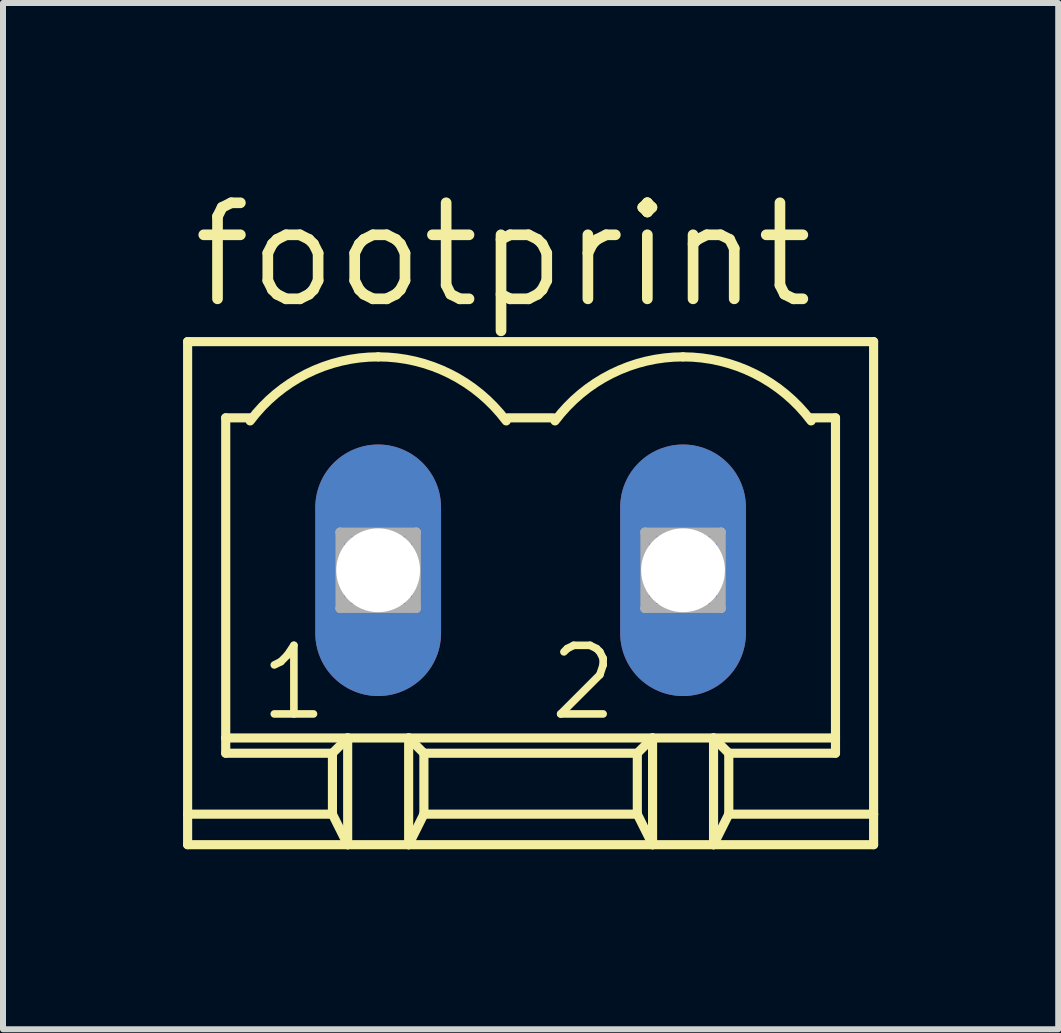
<source format=kicad_pcb>
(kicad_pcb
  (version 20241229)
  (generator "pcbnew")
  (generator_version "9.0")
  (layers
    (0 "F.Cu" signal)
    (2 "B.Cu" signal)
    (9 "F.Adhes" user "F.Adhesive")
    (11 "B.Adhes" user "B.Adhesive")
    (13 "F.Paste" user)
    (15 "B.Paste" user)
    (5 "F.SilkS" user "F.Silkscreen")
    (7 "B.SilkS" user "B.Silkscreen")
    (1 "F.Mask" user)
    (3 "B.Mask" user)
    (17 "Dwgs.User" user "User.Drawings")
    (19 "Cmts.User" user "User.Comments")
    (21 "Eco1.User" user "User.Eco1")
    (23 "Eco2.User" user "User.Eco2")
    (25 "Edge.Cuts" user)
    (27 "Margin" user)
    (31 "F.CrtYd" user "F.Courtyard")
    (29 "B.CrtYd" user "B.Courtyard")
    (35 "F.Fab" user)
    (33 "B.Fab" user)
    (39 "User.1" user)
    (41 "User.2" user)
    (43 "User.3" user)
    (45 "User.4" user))
  (footprint "footprint"
    (layer "F.Cu")
    (at 5.791 6.452)
    (property "Reference" "footprint" (at -5.715 -4.318 0) (layer "F.SilkS") (effects (font (size 1.6 1.6) (thickness 0.178)) (justify left bottom)))
    (fp_line (start -5.715 -3.81) (end -5.715 4.064) (stroke (width 0.152) (type solid)) (layer "F.SilkS"))
    (fp_line (start -5.715 4.064) (end -5.715 4.572) (stroke (width 0.152) (type solid)) (layer "F.SilkS"))
    (fp_line (start -5.08 2.794) (end -5.08 -2.54) (stroke (width 0.152) (type solid)) (layer "F.SilkS"))
    (fp_line (start -5.08 3.048) (end -5.08 2.794) (stroke (width 0.152) (type solid)) (layer "F.SilkS"))
    (fp_line (start -4.648 -2.54) (end -5.08 -2.54) (stroke (width 0.152) (type solid)) (layer "F.SilkS"))
    (fp_line (start -3.302 3.048) (end -5.08 3.048) (stroke (width 0.152) (type solid)) (layer "F.SilkS"))
    (fp_line (start -3.302 3.048) (end -3.048 2.794) (stroke (width 0.152) (type solid)) (layer "F.SilkS"))
    (fp_line (start -3.302 4.064) (end -5.715 4.064) (stroke (width 0.152) (type solid)) (layer "F.SilkS"))
    (fp_line (start -3.302 4.064) (end -3.302 3.048) (stroke (width 0.152) (type solid)) (layer "F.SilkS"))
    (fp_line (start -3.048 2.794) (end -5.08 2.794) (stroke (width 0.152) (type solid)) (layer "F.SilkS"))
    (fp_line (start -3.048 2.794) (end -3.048 4.572) (stroke (width 0.152) (type solid)) (layer "F.SilkS"))
    (fp_line (start -3.048 4.572) (end -5.715 4.572) (stroke (width 0.152) (type solid)) (layer "F.SilkS"))
    (fp_line (start -3.048 4.572) (end -3.302 4.064) (stroke (width 0.152) (type solid)) (layer "F.SilkS"))
    (fp_line (start -2.032 2.794) (end -3.048 2.794) (stroke (width 0.152) (type solid)) (layer "F.SilkS"))
    (fp_line (start -2.032 2.794) (end -2.032 4.572) (stroke (width 0.152) (type solid)) (layer "F.SilkS"))
    (fp_line (start -2.032 4.572) (end -3.048 4.572) (stroke (width 0.152) (type solid)) (layer "F.SilkS"))
    (fp_line (start -1.778 3.048) (end -2.032 2.794) (stroke (width 0.152) (type solid)) (layer "F.SilkS"))
    (fp_line (start -1.778 3.048) (end 1.778 3.048) (stroke (width 0.152) (type solid)) (layer "F.SilkS"))
    (fp_line (start -1.778 4.064) (end -2.032 4.572) (stroke (width 0.152) (type solid)) (layer "F.SilkS"))
    (fp_line (start -1.778 4.064) (end -1.778 3.048) (stroke (width 0.152) (type solid)) (layer "F.SilkS"))
    (fp_line (start 0.381 -2.54) (end -0.381 -2.54) (stroke (width 0.152) (type solid)) (layer "F.SilkS"))
    (fp_line (start 1.778 3.048) (end 2.032 2.794) (stroke (width 0.152) (type solid)) (layer "F.SilkS"))
    (fp_line (start 1.778 4.064) (end -1.778 4.064) (stroke (width 0.152) (type solid)) (layer "F.SilkS"))
    (fp_line (start 1.778 4.064) (end 1.778 3.048) (stroke (width 0.152) (type solid)) (layer "F.SilkS"))
    (fp_line (start 2.032 2.794) (end -2.032 2.794) (stroke (width 0.152) (type solid)) (layer "F.SilkS"))
    (fp_line (start 2.032 2.794) (end 2.032 4.572) (stroke (width 0.152) (type solid)) (layer "F.SilkS"))
    (fp_line (start 2.032 4.572) (end -2.032 4.572) (stroke (width 0.152) (type solid)) (layer "F.SilkS"))
    (fp_line (start 2.032 4.572) (end 1.778 4.064) (stroke (width 0.152) (type solid)) (layer "F.SilkS"))
    (fp_line (start 3.048 2.794) (end 2.032 2.794) (stroke (width 0.152) (type solid)) (layer "F.SilkS"))
    (fp_line (start 3.048 2.794) (end 3.048 4.572) (stroke (width 0.152) (type solid)) (layer "F.SilkS"))
    (fp_line (start 3.048 4.572) (end 2.032 4.572) (stroke (width 0.152) (type solid)) (layer "F.SilkS"))
    (fp_line (start 3.302 3.048) (end 3.048 2.794) (stroke (width 0.152) (type solid)) (layer "F.SilkS"))
    (fp_line (start 3.302 3.048) (end 5.08 3.048) (stroke (width 0.152) (type solid)) (layer "F.SilkS"))
    (fp_line (start 3.302 4.064) (end 3.048 4.572) (stroke (width 0.152) (type solid)) (layer "F.SilkS"))
    (fp_line (start 3.302 4.064) (end 3.302 3.048) (stroke (width 0.152) (type solid)) (layer "F.SilkS"))
    (fp_line (start 5.08 -2.54) (end 4.648 -2.54) (stroke (width 0.152) (type solid)) (layer "F.SilkS"))
    (fp_line (start 5.08 -2.54) (end 5.08 2.794) (stroke (width 0.152) (type solid)) (layer "F.SilkS"))
    (fp_line (start 5.08 2.794) (end 3.048 2.794) (stroke (width 0.152) (type solid)) (layer "F.SilkS"))
    (fp_line (start 5.08 2.794) (end 5.08 3.048) (stroke (width 0.152) (type solid)) (layer "F.SilkS"))
    (fp_line (start 5.715 -3.81) (end -5.715 -3.81) (stroke (width 0.152) (type solid)) (layer "F.SilkS"))
    (fp_line (start 5.715 4.064) (end 3.302 4.064) (stroke (width 0.152) (type solid)) (layer "F.SilkS"))
    (fp_line (start 5.715 4.064) (end 5.715 -3.81) (stroke (width 0.152) (type solid)) (layer "F.SilkS"))
    (fp_line (start 5.715 4.572) (end 3.048 4.572) (stroke (width 0.152) (type solid)) (layer "F.SilkS"))
    (fp_line (start 5.715 4.572) (end 5.715 4.064) (stroke (width 0.152) (type solid)) (layer "F.SilkS"))
    (fp_arc (start -4.6736 -2.4892) (mid -3.732718 -3.274438) (end -2.539999 -3.556) (stroke (width 0.1524) (type solid)) (layer "F.SilkS"))
    (fp_arc (start -2.54 -3.556) (mid -1.347281 -3.274437) (end -0.406399 -2.4892) (stroke (width 0.1524) (type solid)) (layer "F.SilkS"))
    (fp_arc (start 0.4064 -2.4892) (mid 1.347282 -3.274437) (end 2.540001 -3.556) (stroke (width 0.1524) (type solid)) (layer "F.SilkS"))
    (fp_arc (start 2.54 -3.556) (mid 3.732719 -3.274437) (end 4.6736 -2.489199) (stroke (width 0.1524) (type solid)) (layer "F.SilkS"))
    (fp_line (start -3.175 -0.635) (end -3.175 0.635) (stroke (width 0.152) (type solid)) (layer "F.Fab"))
    (fp_line (start -3.175 0.635) (end -1.905 0.635) (stroke (width 0.152) (type solid)) (layer "F.Fab"))
    (fp_line (start -1.905 -0.635) (end -3.175 -0.635) (stroke (width 0.152) (type solid)) (layer "F.Fab"))
    (fp_line (start -1.905 -0.635) (end -3.175 0.635) (stroke (width 0.152) (type solid)) (layer "F.Fab"))
    (fp_line (start -1.905 0.635) (end -3.175 -0.635) (stroke (width 0.152) (type solid)) (layer "F.Fab"))
    (fp_line (start -1.905 0.635) (end -1.905 -0.635) (stroke (width 0.152) (type solid)) (layer "F.Fab"))
    (fp_line (start 1.905 -0.635) (end 1.905 0.635) (stroke (width 0.152) (type solid)) (layer "F.Fab"))
    (fp_line (start 1.905 0.635) (end 3.175 0.635) (stroke (width 0.152) (type solid)) (layer "F.Fab"))
    (fp_line (start 3.175 -0.635) (end 1.905 -0.635) (stroke (width 0.152) (type solid)) (layer "F.Fab"))
    (fp_line (start 3.175 -0.635) (end 1.905 0.635) (stroke (width 0.152) (type solid)) (layer "F.Fab"))
    (fp_line (start 3.175 0.635) (end 1.905 -0.635) (stroke (width 0.152) (type solid)) (layer "F.Fab"))
    (fp_line (start 3.175 0.635) (end 3.175 -0.635) (stroke (width 0.152) (type solid)) (layer "F.Fab"))
    (fp_text user "2" (at 0.254 2.54 0) (layer "F.SilkS") (effects (font (size 1.143 1.143) (thickness 0.127)) (justify left bottom)))
    (fp_text user "1" (at -4.572 2.54 0) (layer "F.SilkS") (effects (font (size 1.143 1.143) (thickness 0.127)) (justify left bottom)))
    (pad "1" thru_hole oval (at -2.54 0 90) (size 4.191 2.095) (drill 1.397) (layers "*.Cu" "*.Mask"))
    (pad "2" thru_hole oval (at 2.54 0 90) (size 4.191 2.095) (drill 1.397) (layers "*.Cu" "*.Mask")))
  (gr_rect
    (start -3 -3)
    (end 14.582 14.1)
    (stroke (width 0.1) (type default))
    (fill no)
    (layer "Edge.Cuts")))
</source>
